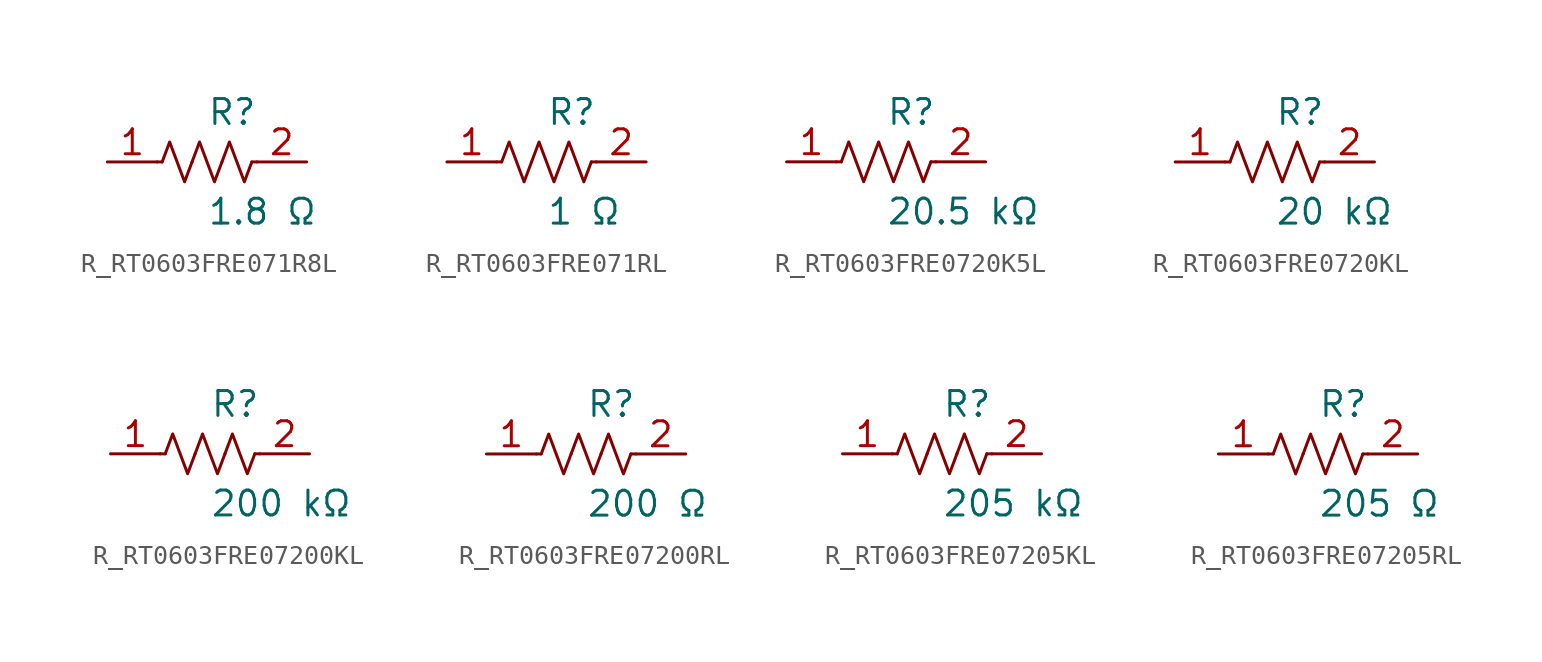
<source format=kicad_sym>
(kicad_symbol_lib
  (version 20231120)
  (generator kicad_symbol_editor)
  (generator_version 8.0)
  (symbol "R_RT0603FRE071R8L"
    (pin_names
      (offset 0.254))
    (property "Reference" "R"
      (at 0.0 2.54 0)
      (effects (font (size 1.27 1.27)) (justify left)))
    (property "Value" "1.8 Ω"
      (at 0.0 -2.54 0)
      (effects (font (size 1.27 1.27)) (justify left)))
    (symbol "R_RT0603FRE071R8L_0_1"
      (polyline (pts (xy 2.286 0) (xy 2.54 0)) (stroke (width 0) (type default)) (fill (type none)))
      (polyline (pts (xy -2.286 0) (xy -2.54 0)) (stroke (width 0) (type default)) (fill (type none)))
      (polyline (pts (xy 0.762 0) (xy 1.143 1.016) (xy 1.524 0) (xy 1.905 -1.016) (xy 2.286 0)) (stroke (width 0) (type default)) (fill (type none)))
      (polyline (pts (xy -0.762 0) (xy -0.381 1.016) (xy 0 0) (xy 0.381 -1.016) (xy 0.762 0)) (stroke (width 0) (type default)) (fill (type none)))
      (polyline (pts (xy -2.286 0) (xy -1.905 1.016) (xy -1.524 0) (xy -1.143 -1.016) (xy -0.762 0)) (stroke (width 0) (type default)) (fill (type none))))
    (pin unspecified line
      (at -5.08 0 0)
      (length 2.54)
      (name "" (effects (font (size 1.27 1.27))))
      (number "1" (effects (font (size 1.27 1.27)))))
    (pin unspecified line
      (at 5.08 0 180)
      (length 2.54)
      (name "" (effects (font (size 1.27 1.27))))
      (number "2" (effects (font (size 1.27 1.27))))))
  (symbol "R_RT0603FRE071RL"
    (pin_names
      (offset 0.254))
    (property "Reference" "R"
      (at 0.0 2.54 0)
      (effects (font (size 1.27 1.27)) (justify left)))
    (property "Value" "1 Ω"
      (at 0.0 -2.54 0)
      (effects (font (size 1.27 1.27)) (justify left)))
    (symbol "R_RT0603FRE071RL_0_1"
      (polyline (pts (xy 2.286 0) (xy 2.54 0)) (stroke (width 0) (type default)) (fill (type none)))
      (polyline (pts (xy -2.286 0) (xy -2.54 0)) (stroke (width 0) (type default)) (fill (type none)))
      (polyline (pts (xy 0.762 0) (xy 1.143 1.016) (xy 1.524 0) (xy 1.905 -1.016) (xy 2.286 0)) (stroke (width 0) (type default)) (fill (type none)))
      (polyline (pts (xy -0.762 0) (xy -0.381 1.016) (xy 0 0) (xy 0.381 -1.016) (xy 0.762 0)) (stroke (width 0) (type default)) (fill (type none)))
      (polyline (pts (xy -2.286 0) (xy -1.905 1.016) (xy -1.524 0) (xy -1.143 -1.016) (xy -0.762 0)) (stroke (width 0) (type default)) (fill (type none))))
    (pin unspecified line
      (at -5.08 0 0)
      (length 2.54)
      (name "" (effects (font (size 1.27 1.27))))
      (number "1" (effects (font (size 1.27 1.27)))))
    (pin unspecified line
      (at 5.08 0 180)
      (length 2.54)
      (name "" (effects (font (size 1.27 1.27))))
      (number "2" (effects (font (size 1.27 1.27))))))
  (symbol "R_RT0603FRE0720K5L"
    (pin_names
      (offset 0.254))
    (property "Reference" "R"
      (at 0.0 2.54 0)
      (effects (font (size 1.27 1.27)) (justify left)))
    (property "Value" "20.5 kΩ"
      (at 0.0 -2.54 0)
      (effects (font (size 1.27 1.27)) (justify left)))
    (symbol "R_RT0603FRE0720K5L_0_1"
      (polyline (pts (xy 2.286 0) (xy 2.54 0)) (stroke (width 0) (type default)) (fill (type none)))
      (polyline (pts (xy -2.286 0) (xy -2.54 0)) (stroke (width 0) (type default)) (fill (type none)))
      (polyline (pts (xy 0.762 0) (xy 1.143 1.016) (xy 1.524 0) (xy 1.905 -1.016) (xy 2.286 0)) (stroke (width 0) (type default)) (fill (type none)))
      (polyline (pts (xy -0.762 0) (xy -0.381 1.016) (xy 0 0) (xy 0.381 -1.016) (xy 0.762 0)) (stroke (width 0) (type default)) (fill (type none)))
      (polyline (pts (xy -2.286 0) (xy -1.905 1.016) (xy -1.524 0) (xy -1.143 -1.016) (xy -0.762 0)) (stroke (width 0) (type default)) (fill (type none))))
    (pin unspecified line
      (at -5.08 0 0)
      (length 2.54)
      (name "" (effects (font (size 1.27 1.27))))
      (number "1" (effects (font (size 1.27 1.27)))))
    (pin unspecified line
      (at 5.08 0 180)
      (length 2.54)
      (name "" (effects (font (size 1.27 1.27))))
      (number "2" (effects (font (size 1.27 1.27))))))
  (symbol "R_RT0603FRE0720KL"
    (pin_names
      (offset 0.254))
    (property "Reference" "R"
      (at 0.0 2.54 0)
      (effects (font (size 1.27 1.27)) (justify left)))
    (property "Value" "20 kΩ"
      (at 0.0 -2.54 0)
      (effects (font (size 1.27 1.27)) (justify left)))
    (symbol "R_RT0603FRE0720KL_0_1"
      (polyline (pts (xy 2.286 0) (xy 2.54 0)) (stroke (width 0) (type default)) (fill (type none)))
      (polyline (pts (xy -2.286 0) (xy -2.54 0)) (stroke (width 0) (type default)) (fill (type none)))
      (polyline (pts (xy 0.762 0) (xy 1.143 1.016) (xy 1.524 0) (xy 1.905 -1.016) (xy 2.286 0)) (stroke (width 0) (type default)) (fill (type none)))
      (polyline (pts (xy -0.762 0) (xy -0.381 1.016) (xy 0 0) (xy 0.381 -1.016) (xy 0.762 0)) (stroke (width 0) (type default)) (fill (type none)))
      (polyline (pts (xy -2.286 0) (xy -1.905 1.016) (xy -1.524 0) (xy -1.143 -1.016) (xy -0.762 0)) (stroke (width 0) (type default)) (fill (type none))))
    (pin unspecified line
      (at -5.08 0 0)
      (length 2.54)
      (name "" (effects (font (size 1.27 1.27))))
      (number "1" (effects (font (size 1.27 1.27)))))
    (pin unspecified line
      (at 5.08 0 180)
      (length 2.54)
      (name "" (effects (font (size 1.27 1.27))))
      (number "2" (effects (font (size 1.27 1.27))))))
  (symbol "R_RT0603FRE07200KL"
    (pin_names
      (offset 0.254))
    (property "Reference" "R"
      (at 0.0 2.54 0)
      (effects (font (size 1.27 1.27)) (justify left)))
    (property "Value" "200 kΩ"
      (at 0.0 -2.54 0)
      (effects (font (size 1.27 1.27)) (justify left)))
    (symbol "R_RT0603FRE07200KL_0_1"
      (polyline (pts (xy 2.286 0) (xy 2.54 0)) (stroke (width 0) (type default)) (fill (type none)))
      (polyline (pts (xy -2.286 0) (xy -2.54 0)) (stroke (width 0) (type default)) (fill (type none)))
      (polyline (pts (xy 0.762 0) (xy 1.143 1.016) (xy 1.524 0) (xy 1.905 -1.016) (xy 2.286 0)) (stroke (width 0) (type default)) (fill (type none)))
      (polyline (pts (xy -0.762 0) (xy -0.381 1.016) (xy 0 0) (xy 0.381 -1.016) (xy 0.762 0)) (stroke (width 0) (type default)) (fill (type none)))
      (polyline (pts (xy -2.286 0) (xy -1.905 1.016) (xy -1.524 0) (xy -1.143 -1.016) (xy -0.762 0)) (stroke (width 0) (type default)) (fill (type none))))
    (pin unspecified line
      (at -5.08 0 0)
      (length 2.54)
      (name "" (effects (font (size 1.27 1.27))))
      (number "1" (effects (font (size 1.27 1.27)))))
    (pin unspecified line
      (at 5.08 0 180)
      (length 2.54)
      (name "" (effects (font (size 1.27 1.27))))
      (number "2" (effects (font (size 1.27 1.27))))))
  (symbol "R_RT0603FRE07200RL"
    (pin_names
      (offset 0.254))
    (property "Reference" "R"
      (at 0.0 2.54 0)
      (effects (font (size 1.27 1.27)) (justify left)))
    (property "Value" "200 Ω"
      (at 0.0 -2.54 0)
      (effects (font (size 1.27 1.27)) (justify left)))
    (symbol "R_RT0603FRE07200RL_0_1"
      (polyline (pts (xy 2.286 0) (xy 2.54 0)) (stroke (width 0) (type default)) (fill (type none)))
      (polyline (pts (xy -2.286 0) (xy -2.54 0)) (stroke (width 0) (type default)) (fill (type none)))
      (polyline (pts (xy 0.762 0) (xy 1.143 1.016) (xy 1.524 0) (xy 1.905 -1.016) (xy 2.286 0)) (stroke (width 0) (type default)) (fill (type none)))
      (polyline (pts (xy -0.762 0) (xy -0.381 1.016) (xy 0 0) (xy 0.381 -1.016) (xy 0.762 0)) (stroke (width 0) (type default)) (fill (type none)))
      (polyline (pts (xy -2.286 0) (xy -1.905 1.016) (xy -1.524 0) (xy -1.143 -1.016) (xy -0.762 0)) (stroke (width 0) (type default)) (fill (type none))))
    (pin unspecified line
      (at -5.08 0 0)
      (length 2.54)
      (name "" (effects (font (size 1.27 1.27))))
      (number "1" (effects (font (size 1.27 1.27)))))
    (pin unspecified line
      (at 5.08 0 180)
      (length 2.54)
      (name "" (effects (font (size 1.27 1.27))))
      (number "2" (effects (font (size 1.27 1.27))))))
  (symbol "R_RT0603FRE07205KL"
    (pin_names
      (offset 0.254))
    (property "Reference" "R"
      (at 0.0 2.54 0)
      (effects (font (size 1.27 1.27)) (justify left)))
    (property "Value" "205 kΩ"
      (at 0.0 -2.54 0)
      (effects (font (size 1.27 1.27)) (justify left)))
    (symbol "R_RT0603FRE07205KL_0_1"
      (polyline (pts (xy 2.286 0) (xy 2.54 0)) (stroke (width 0) (type default)) (fill (type none)))
      (polyline (pts (xy -2.286 0) (xy -2.54 0)) (stroke (width 0) (type default)) (fill (type none)))
      (polyline (pts (xy 0.762 0) (xy 1.143 1.016) (xy 1.524 0) (xy 1.905 -1.016) (xy 2.286 0)) (stroke (width 0) (type default)) (fill (type none)))
      (polyline (pts (xy -0.762 0) (xy -0.381 1.016) (xy 0 0) (xy 0.381 -1.016) (xy 0.762 0)) (stroke (width 0) (type default)) (fill (type none)))
      (polyline (pts (xy -2.286 0) (xy -1.905 1.016) (xy -1.524 0) (xy -1.143 -1.016) (xy -0.762 0)) (stroke (width 0) (type default)) (fill (type none))))
    (pin unspecified line
      (at -5.08 0 0)
      (length 2.54)
      (name "" (effects (font (size 1.27 1.27))))
      (number "1" (effects (font (size 1.27 1.27)))))
    (pin unspecified line
      (at 5.08 0 180)
      (length 2.54)
      (name "" (effects (font (size 1.27 1.27))))
      (number "2" (effects (font (size 1.27 1.27))))))
  (symbol "R_RT0603FRE07205RL"
    (pin_names
      (offset 0.254))
    (property "Reference" "R"
      (at 0.0 2.54 0)
      (effects (font (size 1.27 1.27)) (justify left)))
    (property "Value" "205 Ω"
      (at 0.0 -2.54 0)
      (effects (font (size 1.27 1.27)) (justify left)))
    (symbol "R_RT0603FRE07205RL_0_1"
      (polyline (pts (xy 2.286 0) (xy 2.54 0)) (stroke (width 0) (type default)) (fill (type none)))
      (polyline (pts (xy -2.286 0) (xy -2.54 0)) (stroke (width 0) (type default)) (fill (type none)))
      (polyline (pts (xy 0.762 0) (xy 1.143 1.016) (xy 1.524 0) (xy 1.905 -1.016) (xy 2.286 0)) (stroke (width 0) (type default)) (fill (type none)))
      (polyline (pts (xy -0.762 0) (xy -0.381 1.016) (xy 0 0) (xy 0.381 -1.016) (xy 0.762 0)) (stroke (width 0) (type default)) (fill (type none)))
      (polyline (pts (xy -2.286 0) (xy -1.905 1.016) (xy -1.524 0) (xy -1.143 -1.016) (xy -0.762 0)) (stroke (width 0) (type default)) (fill (type none))))
    (pin unspecified line
      (at -5.08 0 0)
      (length 2.54)
      (name "" (effects (font (size 1.27 1.27))))
      (number "1" (effects (font (size 1.27 1.27)))))
    (pin unspecified line
      (at 5.08 0 180)
      (length 2.54)
      (name "" (effects (font (size 1.27 1.27))))
      (number "2" (effects (font (size 1.27 1.27)))))))
</source>
